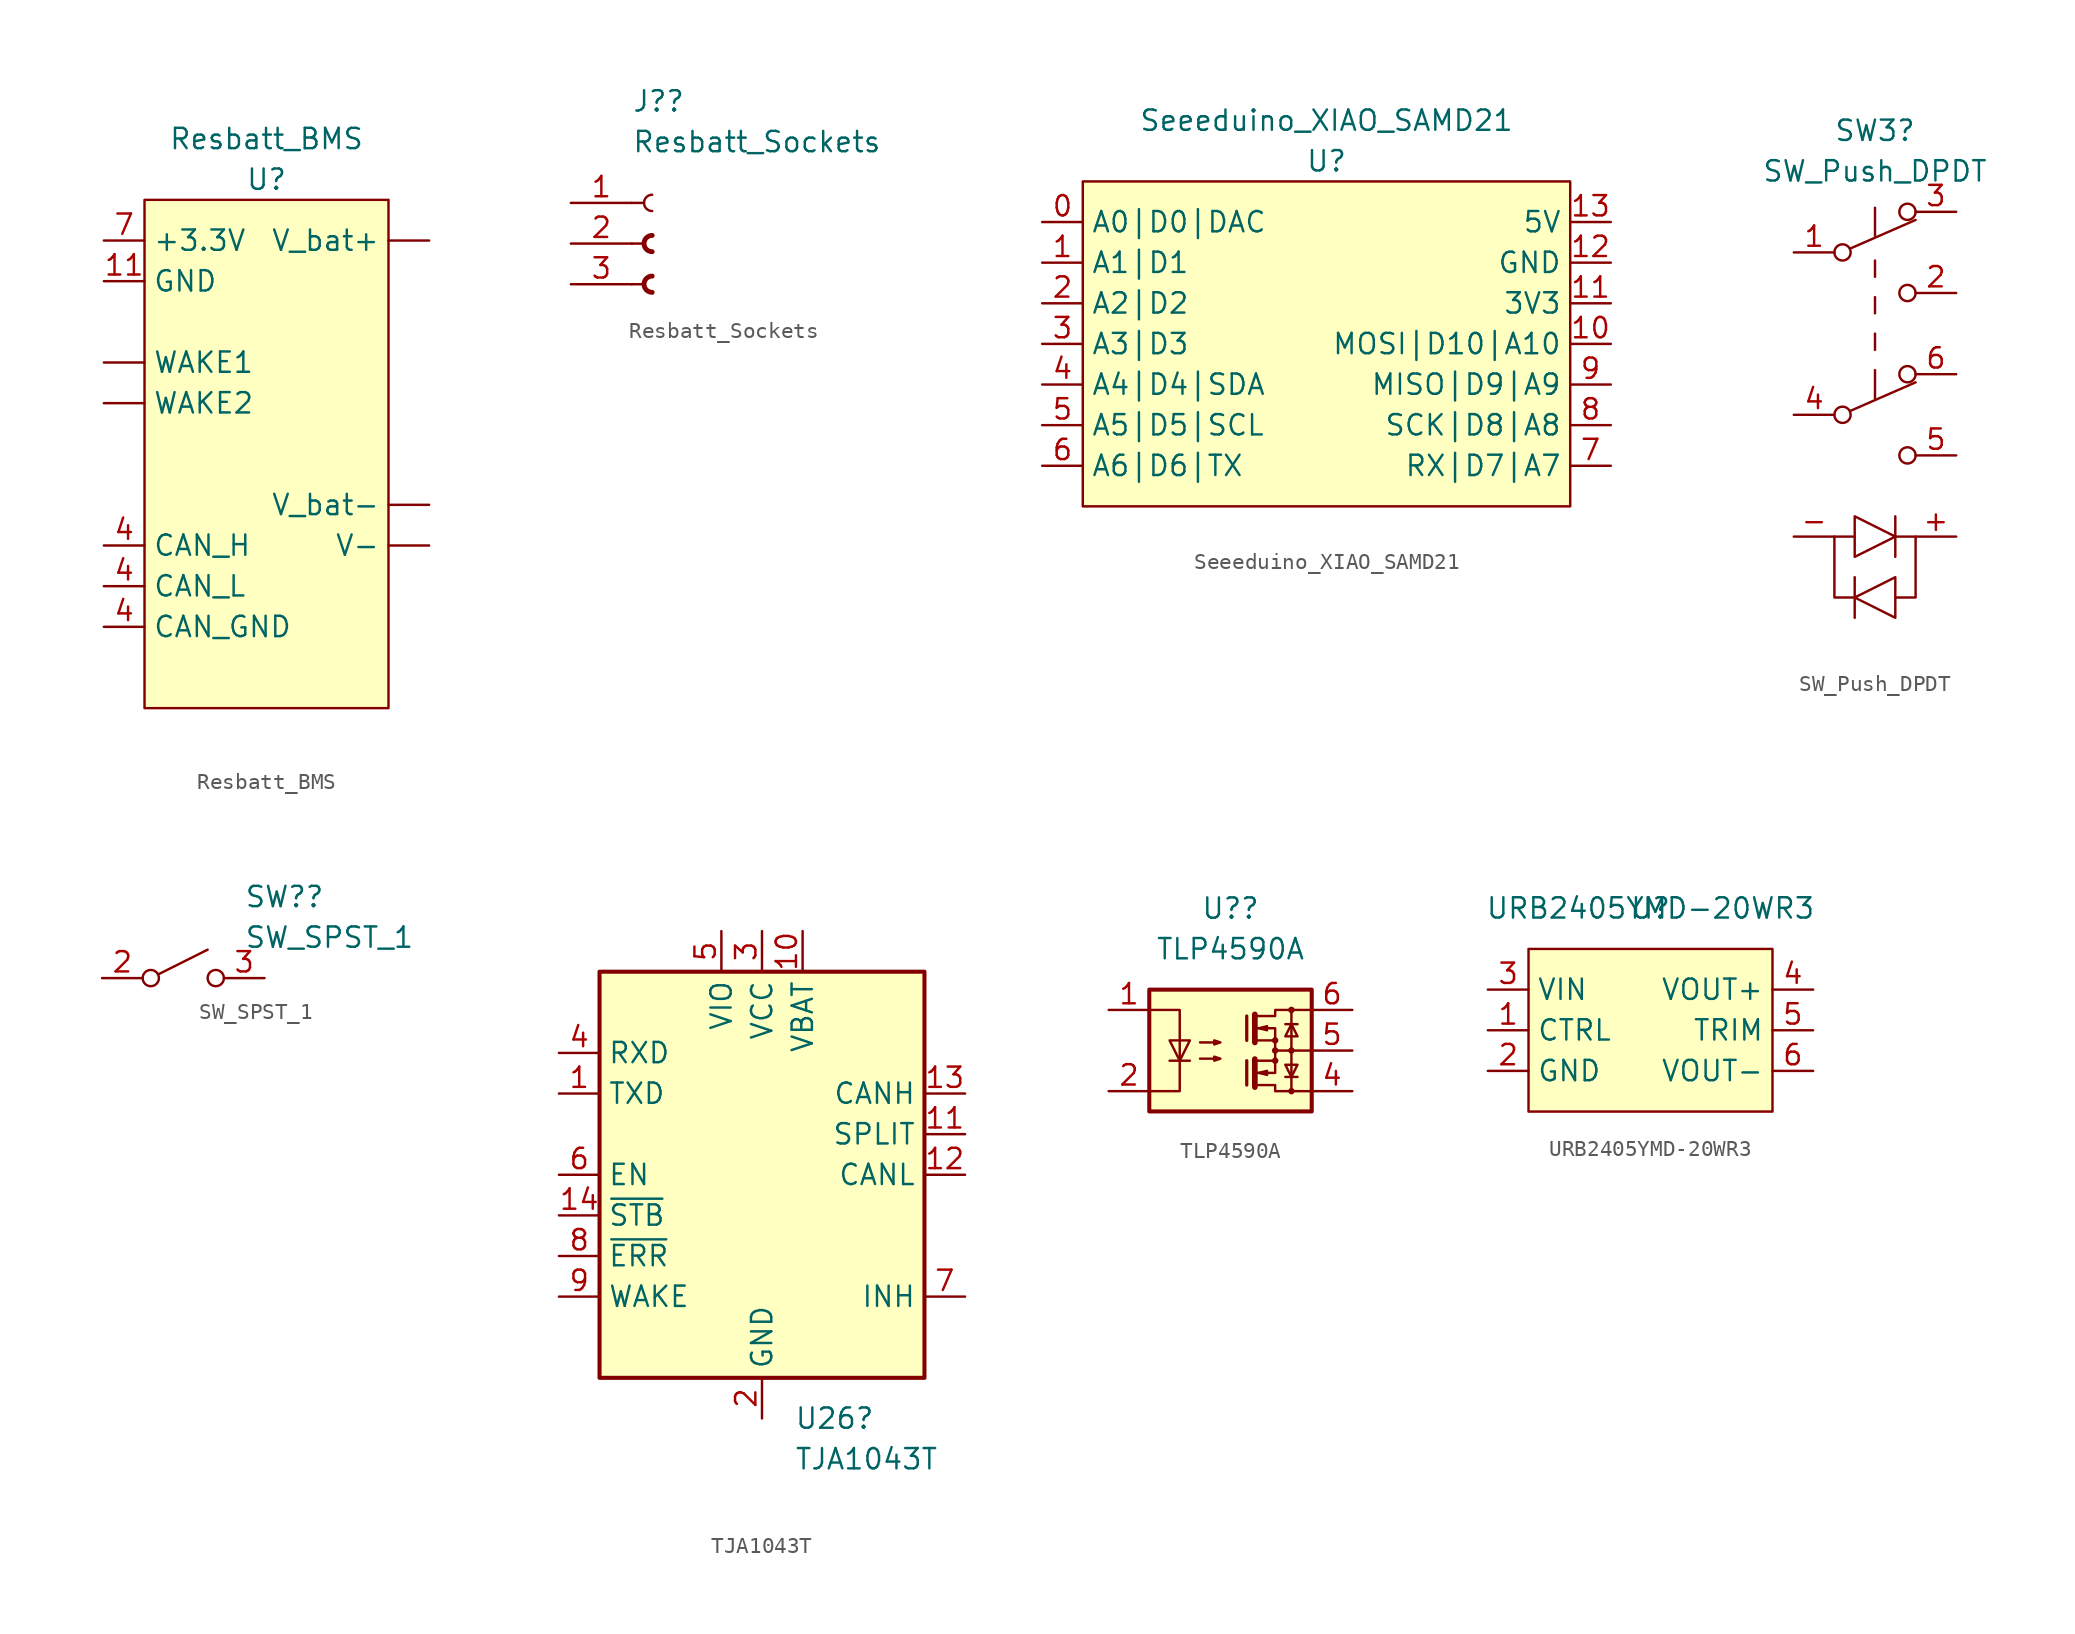
<source format=kicad_sym>
(kicad_symbol_lib
  (version 20211014)
  (generator kicad_symbol_editor)
  (symbol "Resbatt_BMS"
    (property "Reference" "U"
      (at 0 2.54 0)
      (effects (font (size 1.27 1.27))))
    (property "Value" "Resbatt_BMS"
      (at 0 5.08 0)
      (effects (font (size 1.27 1.27))))
    (symbol "Resbatt_BMS_0_1"
      (rectangle (start -7.62 1.27) (end 7.62 -30.48) (stroke (width 0) (type default) (color 0 0 0 0)) (fill (type background))))
    (symbol "Resbatt_BMS_1_1"
      (pin passive line (at 10.16 -20.32 180) (length 2.54) (name "V-" (effects (font (size 1.27 1.27)))) (number "" (effects (font (size 1.27 1.27)))))
      (pin passive line (at 10.16 -1.27 180) (length 2.54) (name "V_bat+" (effects (font (size 1.27 1.27)))) (number "" (effects (font (size 1.27 1.27)))))
      (pin passive line (at 10.16 -17.78 180) (length 2.54) (name "V_bat-" (effects (font (size 1.27 1.27)))) (number "" (effects (font (size 1.27 1.27)))))
      (pin passive line (at -10.16 -8.89 0) (length 2.54) (name "WAKE1" (effects (font (size 1.27 1.27)))) (number "" (effects (font (size 1.27 1.27)))))
      (pin passive line (at -10.16 -11.43 0) (length 2.54) (name "WAKE2" (effects (font (size 1.27 1.27)))) (number "" (effects (font (size 1.27 1.27)))))
      (pin passive line (at -10.16 -3.81 0) (length 2.54) (name "GND" (effects (font (size 1.27 1.27)))) (number "11" (effects (font (size 1.27 1.27)))))
      (pin passive line (at -10.16 -25.4 0) (length 2.54) (name "CAN_GND" (effects (font (size 1.27 1.27)))) (number "4" (effects (font (size 1.27 1.27)))))
      (pin passive line (at -10.16 -20.32 0) (length 2.54) (name "CAN_H" (effects (font (size 1.27 1.27)))) (number "4" (effects (font (size 1.27 1.27)))))
      (pin passive line (at -10.16 -22.86 0) (length 2.54) (name "CAN_L" (effects (font (size 1.27 1.27)))) (number "4" (effects (font (size 1.27 1.27)))))
      (pin passive line (at -10.16 -1.27 0) (length 2.54) (name "+3.3V" (effects (font (size 1.27 1.27)))) (number "7" (effects (font (size 1.27 1.27)))))))
  (symbol "Resbatt_Sockets"
    (pin_names
      (offset 1.016) hide)
    (property "Reference" "J?"
      (at -1.27 8.89 0)
      (effects (font (size 1.27 1.27)) (justify left)))
    (property "Value" "Resbatt_Sockets"
      (at -1.27 6.35 0)
      (effects (font (size 1.27 1.27)) (justify left)))
    (symbol "Resbatt_Sockets_1_1"
      (arc (start 0 -2.032) (mid -0.508 -2.54) (end 0 -3.048) (stroke (width 0.3048) (type default) (color 0 0 0 0)) (fill (type none)))
      (polyline (pts (xy -1.27 -2.54) (xy -0.508 -2.54)) (stroke (width 0.152) (type default) (color 0 0 0 0)) (fill (type none)))
      (polyline (pts (xy -1.27 0) (xy -0.508 0)) (stroke (width 0.152) (type default) (color 0 0 0 0)) (fill (type none)))
      (polyline (pts (xy -1.27 2.54) (xy -0.508 2.54)) (stroke (width 0.152) (type default) (color 0 0 0 0)) (fill (type none)))
      (arc (start 0 0.508) (mid -0.508 0) (end 0 -0.508) (stroke (width 0.3048) (type default) (color 0 0 0 0)) (fill (type none)))
      (arc (start 0 3.048) (mid -0.508 2.54) (end 0 2.032) (stroke (width 0.1524) (type default) (color 0 0 0 0)) (fill (type none)))
      (pin passive line (at -5.08 2.54 0) (length 3.81) (name "Pin_1" (effects (font (size 1.27 1.27)))) (number "1" (effects (font (size 1.27 1.27)))))
      (pin passive line (at -5.08 0 0) (length 3.81) (name "Pin_2" (effects (font (size 1.27 1.27)))) (number "2" (effects (font (size 1.27 1.27)))))
      (pin passive line (at -5.08 -2.54 0) (length 3.81) (name "Pin_3" (effects (font (size 1.27 1.27)))) (number "3" (effects (font (size 1.27 1.27)))))))
  (symbol "Seeeduino_XIAO_SAMD21"
    (property "Reference" "U"
      (at 0 5.08 0)
      (effects (font (size 1.27 1.27))))
    (property "Value" "Seeeduino_XIAO_SAMD21"
      (at 0 7.62 0)
      (effects (font (size 1.27 1.27))))
    (symbol "Seeeduino_XIAO_SAMD21_0_1"
      (rectangle (start -15.24 3.81) (end 15.24 -16.51) (stroke (width 0) (type default) (color 0 0 0 0)) (fill (type background))))
    (symbol "Seeeduino_XIAO_SAMD21_1_1"
      (pin passive line (at -17.78 1.27 0) (length 2.54) (name "A0|D0|DAC" (effects (font (size 1.27 1.27)))) (number "0" (effects (font (size 1.27 1.27)))))
      (pin passive line (at -17.78 -1.27 0) (length 2.54) (name "A1|D1" (effects (font (size 1.27 1.27)))) (number "1" (effects (font (size 1.27 1.27)))))
      (pin passive line (at 17.78 -6.35 180) (length 2.54) (name "MOSI|D10|A10" (effects (font (size 1.27 1.27)))) (number "10" (effects (font (size 1.27 1.27)))))
      (pin passive line (at 17.78 -3.81 180) (length 2.54) (name "3V3" (effects (font (size 1.27 1.27)))) (number "11" (effects (font (size 1.27 1.27)))))
      (pin passive line (at 17.78 -1.27 180) (length 2.54) (name "GND" (effects (font (size 1.27 1.27)))) (number "12" (effects (font (size 1.27 1.27)))))
      (pin passive line (at 17.78 1.27 180) (length 2.54) (name "5V" (effects (font (size 1.27 1.27)))) (number "13" (effects (font (size 1.27 1.27)))))
      (pin passive line (at -17.78 -3.81 0) (length 2.54) (name "A2|D2" (effects (font (size 1.27 1.27)))) (number "2" (effects (font (size 1.27 1.27)))))
      (pin passive line (at -17.78 -6.35 0) (length 2.54) (name "A3|D3" (effects (font (size 1.27 1.27)))) (number "3" (effects (font (size 1.27 1.27)))))
      (pin passive line (at -17.78 -8.89 0) (length 2.54) (name "A4|D4|SDA" (effects (font (size 1.27 1.27)))) (number "4" (effects (font (size 1.27 1.27)))))
      (pin passive line (at -17.78 -11.43 0) (length 2.54) (name "A5|D5|SCL" (effects (font (size 1.27 1.27)))) (number "5" (effects (font (size 1.27 1.27)))))
      (pin passive line (at -17.78 -13.97 0) (length 2.54) (name "A6|D6|TX" (effects (font (size 1.27 1.27)))) (number "6" (effects (font (size 1.27 1.27)))))
      (pin passive line (at 17.78 -13.97 180) (length 2.54) (name "RX|D7|A7" (effects (font (size 1.27 1.27)))) (number "7" (effects (font (size 1.27 1.27)))))
      (pin passive line (at 17.78 -11.43 180) (length 2.54) (name "SCK|D8|A8" (effects (font (size 1.27 1.27)))) (number "8" (effects (font (size 1.27 1.27)))))
      (pin passive line (at 17.78 -8.89 180) (length 2.54) (name "MISO|D9|A9" (effects (font (size 1.27 1.27)))) (number "9" (effects (font (size 1.27 1.27)))))))
  (symbol "SW_Push_DPDT"
    (pin_names
      (offset 0) hide)
    (property "Reference" "SW3"
      (at 0 12.7 0)
      (effects (font (size 1.27 1.27))))
    (property "Value" "SW_Push_DPDT"
      (at 0 10.16 0)
      (effects (font (size 1.27 1.27))))
    (symbol "SW_Push_DPDT_0_0"
      (circle (center -2.032 -5.08) (radius 0.508) (stroke (width 0) (type default) (color 0 0 0 0)) (fill (type none)))
      (circle (center -2.032 5.08) (radius 0.508) (stroke (width 0) (type default) (color 0 0 0 0)) (fill (type none)))
      (circle (center 2.032 -7.62) (radius 0.508) (stroke (width 0) (type default) (color 0 0 0 0)) (fill (type none)))
      (circle (center 2.032 2.54) (radius 0.508) (stroke (width 0) (type default) (color 0 0 0 0)) (fill (type none))))
    (symbol "SW_Push_DPDT_0_1"
      (polyline (pts (xy -1.524 -4.826) (xy 2.54 -3.048)) (stroke (width 0) (type default) (color 0 0 0 0)) (fill (type none)))
      (polyline (pts (xy -1.524 5.334) (xy 2.54 7.112)) (stroke (width 0) (type default) (color 0 0 0 0)) (fill (type none)))
      (polyline (pts (xy -1.27 -15.24) (xy -1.27 -17.78)) (stroke (width 0) (type default) (color 0 0 0 0)) (fill (type none)))
      (polyline (pts (xy 0 -2.286) (xy 0 -4.064)) (stroke (width 0) (type default) (color 0 0 0 0)) (fill (type none)))
      (polyline (pts (xy 0 -1.016) (xy 0 0)) (stroke (width 0) (type default) (color 0 0 0 0)) (fill (type none)))
      (polyline (pts (xy 0 1.27) (xy 0 2.286)) (stroke (width 0) (type default) (color 0 0 0 0)) (fill (type none)))
      (polyline (pts (xy 0 3.556) (xy 0 4.572)) (stroke (width 0) (type default) (color 0 0 0 0)) (fill (type none)))
      (polyline (pts (xy 0 7.874) (xy 0 6.096)) (stroke (width 0) (type default) (color 0 0 0 0)) (fill (type none)))
      (polyline (pts (xy 1.27 -11.43) (xy 1.27 -13.97)) (stroke (width 0) (type default) (color 0 0 0 0)) (fill (type none)))
      (polyline (pts (xy -1.27 -16.51) (xy 1.27 -15.24) (xy 1.27 -17.78) (xy -1.27 -16.51)) (stroke (width 0) (type default) (color 0 0 0 0)) (fill (type none)))
      (polyline (pts (xy -1.27 -12.7) (xy -2.54 -12.7) (xy -2.54 -16.51) (xy -1.27 -16.51)) (stroke (width 0) (type default) (color 0 0 0 0)) (fill (type none)))
      (polyline (pts (xy -1.27 -11.43) (xy -1.27 -13.97) (xy 1.27 -12.7) (xy -1.27 -11.43)) (stroke (width 0) (type default) (color 0 0 0 0)) (fill (type none)))
      (polyline (pts (xy 1.27 -12.7) (xy 2.54 -12.7) (xy 2.54 -16.51) (xy 1.27 -16.51)) (stroke (width 0) (type default) (color 0 0 0 0)) (fill (type none)))
      (circle (center 2.032 -2.54) (radius 0.508) (stroke (width 0) (type default) (color 0 0 0 0)) (fill (type none)))
      (circle (center 2.032 7.62) (radius 0.508) (stroke (width 0) (type default) (color 0 0 0 0)) (fill (type none))))
    (symbol "SW_Push_DPDT_1_1"
      (pin passive line (at 5.08 -12.7 180) (length 2.54) (name "C" (effects (font (size 1.27 1.27)))) (number "+" (effects (font (size 1.27 1.27)))))
      (pin passive line (at -5.08 -12.7 0) (length 2.54) (name "C" (effects (font (size 1.27 1.27)))) (number "-" (effects (font (size 1.27 1.27)))))
      (pin passive line (at -5.08 5.08 0) (length 2.54) (name "B" (effects (font (size 1.27 1.27)))) (number "1" (effects (font (size 1.27 1.27)))))
      (pin passive line (at 5.08 2.54 180) (length 2.54) (name "C" (effects (font (size 1.27 1.27)))) (number "2" (effects (font (size 1.27 1.27)))))
      (pin passive line (at 5.08 7.62 180) (length 2.54) (name "A" (effects (font (size 1.27 1.27)))) (number "3" (effects (font (size 1.27 1.27)))))
      (pin passive line (at -5.08 -5.08 0) (length 2.54) (name "B" (effects (font (size 1.27 1.27)))) (number "4" (effects (font (size 1.27 1.27)))))
      (pin passive line (at 5.08 -7.62 180) (length 2.54) (name "C" (effects (font (size 1.27 1.27)))) (number "5" (effects (font (size 1.27 1.27)))))
      (pin passive line (at 5.08 -2.54 180) (length 2.54) (name "A" (effects (font (size 1.27 1.27)))) (number "6" (effects (font (size 1.27 1.27)))))))
  (symbol "SW_SPST_1"
    (pin_names
      (offset 0) hide)
    (property "Reference" "SW?"
      (at 3.81 5.08 0)
      (effects (font (size 1.27 1.27)) (justify left)))
    (property "Value" "SW_SPST_1"
      (at 3.81 2.54 0)
      (effects (font (size 1.27 1.27)) (justify left)))
    (symbol "SW_SPST_1_0_0"
      (circle (center -2.032 0) (radius 0.508) (stroke (width 0) (type default) (color 0 0 0 0)) (fill (type none)))
      (polyline (pts (xy -1.524 0.254) (xy 1.524 1.778)) (stroke (width 0) (type default) (color 0 0 0 0)) (fill (type none)))
      (circle (center 2.032 0) (radius 0.508) (stroke (width 0) (type default) (color 0 0 0 0)) (fill (type none))))
    (symbol "SW_SPST_1_1_1"
      (pin passive line (at -5.08 0 0) (length 2.54) (name "A" (effects (font (size 1.27 1.27)))) (number "2" (effects (font (size 1.27 1.27)))))
      (pin passive line (at 5.08 0 180) (length 2.54) (name "B" (effects (font (size 1.27 1.27)))) (number "3" (effects (font (size 1.27 1.27)))))))
  (symbol "TJA1043T"
    (property "Reference" "U26"
      (at 2.019 -15.24 0)
      (effects (font (size 1.27 1.27)) (justify left)))
    (property "Value" "TJA1043T"
      (at 2.019 -17.78 0)
      (effects (font (size 1.27 1.27)) (justify left)))
    (symbol "TJA1043T_0_1"
      (rectangle (start -10.16 12.7) (end 10.16 -12.7) (stroke (width 0.254) (type default) (color 0 0 0 0)) (fill (type background))))
    (symbol "TJA1043T_1_1"
      (pin input line (at -12.7 5.08 0) (length 2.54) (name "TXD" (effects (font (size 1.27 1.27)))) (number "1" (effects (font (size 1.27 1.27)))))
      (pin passive line (at 2.54 15.24 270) (length 2.54) (name "VBAT" (effects (font (size 1.27 1.27)))) (number "10" (effects (font (size 1.27 1.27)))))
      (pin output line (at 12.7 2.54 180) (length 2.54) (name "SPLIT" (effects (font (size 1.27 1.27)))) (number "11" (effects (font (size 1.27 1.27)))))
      (pin bidirectional line (at 12.7 0 180) (length 2.54) (name "CANL" (effects (font (size 1.27 1.27)))) (number "12" (effects (font (size 1.27 1.27)))))
      (pin bidirectional line (at 12.7 5.08 180) (length 2.54) (name "CANH" (effects (font (size 1.27 1.27)))) (number "13" (effects (font (size 1.27 1.27)))))
      (pin input line (at -12.7 -2.54 0) (length 2.54) (name "~{STB}" (effects (font (size 1.27 1.27)))) (number "14" (effects (font (size 1.27 1.27)))))
      (pin passive line (at 0 -15.24 90) (length 2.54) (name "GND" (effects (font (size 1.27 1.27)))) (number "2" (effects (font (size 1.27 1.27)))))
      (pin passive line (at 0 15.24 270) (length 2.54) (name "VCC" (effects (font (size 1.27 1.27)))) (number "3" (effects (font (size 1.27 1.27)))))
      (pin output line (at -12.7 7.62 0) (length 2.54) (name "RXD" (effects (font (size 1.27 1.27)))) (number "4" (effects (font (size 1.27 1.27)))))
      (pin passive line (at -2.54 15.24 270) (length 2.54) (name "VIO" (effects (font (size 1.27 1.27)))) (number "5" (effects (font (size 1.27 1.27)))))
      (pin input line (at -12.7 0 0) (length 2.54) (name "EN" (effects (font (size 1.27 1.27)))) (number "6" (effects (font (size 1.27 1.27)))))
      (pin open_emitter line (at 12.7 -7.62 180) (length 2.54) (name "INH" (effects (font (size 1.27 1.27)))) (number "7" (effects (font (size 1.27 1.27)))))
      (pin output line (at -12.7 -5.08 0) (length 2.54) (name "~{ERR}" (effects (font (size 1.27 1.27)))) (number "8" (effects (font (size 1.27 1.27)))))
      (pin input line (at -12.7 -7.62 0) (length 2.54) (name "WAKE" (effects (font (size 1.27 1.27)))) (number "9" (effects (font (size 1.27 1.27)))))))
  (symbol "TLP4590A"
    (property "Reference" "U?"
      (at 0 8.89 0)
      (effects (font (size 1.27 1.27))))
    (property "Value" "TLP4590A"
      (at 0 6.35 0)
      (effects (font (size 1.27 1.27))))
    (symbol "TLP4590A_0_1"
      (rectangle (start -5.08 3.81) (end 5.08 -3.81) (stroke (width 0.254) (type default) (color 0 0 0 0)) (fill (type background)))
      (polyline (pts (xy -3.81 -0.635) (xy -2.54 -0.635)) (stroke (width 0) (type default) (color 0 0 0 0)) (fill (type none)))
      (polyline (pts (xy 1.016 -0.635) (xy 1.016 -2.159)) (stroke (width 0.203) (type default) (color 0 0 0 0)) (fill (type none)))
      (polyline (pts (xy 1.016 2.159) (xy 1.016 0.635)) (stroke (width 0.203) (type default) (color 0 0 0 0)) (fill (type none)))
      (polyline (pts (xy 2.794 0) (xy 5.08 0)) (stroke (width 0) (type default) (color 0 0 0 0)) (fill (type none)))
      (polyline (pts (xy 3.429 -1.651) (xy 4.191 -1.651)) (stroke (width 0) (type default) (color 0 0 0 0)) (fill (type none)))
      (polyline (pts (xy 3.429 1.651) (xy 4.191 1.651)) (stroke (width 0) (type default) (color 0 0 0 0)) (fill (type none)))
      (polyline (pts (xy 3.81 -2.54) (xy 3.81 2.54)) (stroke (width 0) (type default) (color 0 0 0 0)) (fill (type none)))
      (polyline (pts (xy 1.521 -0.536) (xy 1.524 -2.286) (xy 1.524 -2.286)) (stroke (width 0.356) (type default) (color 0 0 0 0)) (fill (type none)))
      (polyline (pts (xy 1.521 2.259) (xy 1.524 0.508) (xy 1.524 0.508)) (stroke (width 0.356) (type default) (color 0 0 0 0)) (fill (type none)))
      (polyline (pts (xy 1.651 -1.397) (xy 2.794 -1.397) (xy 2.794 -0.635)) (stroke (width 0) (type default) (color 0 0 0 0)) (fill (type none)))
      (polyline (pts (xy 1.651 1.397) (xy 2.794 1.397) (xy 2.794 0.635)) (stroke (width 0) (type default) (color 0 0 0 0)) (fill (type none)))
      (polyline (pts (xy -5.08 2.54) (xy -3.175 2.54) (xy -3.175 -2.54) (xy -5.08 -2.54)) (stroke (width 0) (type default) (color 0 0 0 0)) (fill (type none)))
      (polyline (pts (xy -3.175 -0.635) (xy -3.81 0.635) (xy -2.54 0.635) (xy -3.175 -0.635)) (stroke (width 0) (type default) (color 0 0 0 0)) (fill (type none)))
      (polyline (pts (xy 1.651 -2.159) (xy 2.794 -2.159) (xy 2.794 -2.54) (xy 5.08 -2.54)) (stroke (width 0) (type default) (color 0 0 0 0)) (fill (type none)))
      (polyline (pts (xy 1.651 -0.635) (xy 2.794 -0.635) (xy 2.794 0.635) (xy 1.651 0.635)) (stroke (width 0) (type default) (color 0 0 0 0)) (fill (type none)))
      (polyline (pts (xy 1.651 2.159) (xy 2.794 2.159) (xy 2.794 2.54) (xy 5.08 2.54)) (stroke (width 0) (type default) (color 0 0 0 0)) (fill (type none)))
      (polyline (pts (xy 1.778 -1.397) (xy 2.286 -1.27) (xy 2.286 -1.524) (xy 1.778 -1.397)) (stroke (width 0) (type default) (color 0 0 0 0)) (fill (type none)))
      (polyline (pts (xy 1.778 1.397) (xy 2.286 1.524) (xy 2.286 1.27) (xy 1.778 1.397)) (stroke (width 0) (type default) (color 0 0 0 0)) (fill (type none)))
      (polyline (pts (xy 3.81 -1.651) (xy 3.429 -0.889) (xy 4.191 -0.889) (xy 3.81 -1.651)) (stroke (width 0) (type default) (color 0 0 0 0)) (fill (type none)))
      (polyline (pts (xy 3.81 1.651) (xy 3.429 0.889) (xy 4.191 0.889) (xy 3.81 1.651)) (stroke (width 0) (type default) (color 0 0 0 0)) (fill (type none)))
      (polyline (pts (xy -1.905 -0.508) (xy -0.635 -0.508) (xy -1.016 -0.635) (xy -1.016 -0.381) (xy -0.635 -0.508)) (stroke (width 0) (type default) (color 0 0 0 0)) (fill (type none)))
      (polyline (pts (xy -1.905 0.508) (xy -0.635 0.508) (xy -1.016 0.381) (xy -1.016 0.635) (xy -0.635 0.508)) (stroke (width 0) (type default) (color 0 0 0 0)) (fill (type none)))
      (circle (center 2.794 -0.635) (radius 0.127) (stroke (width 0) (type default) (color 0 0 0 0)) (fill (type none)))
      (circle (center 2.794 0) (radius 0.127) (stroke (width 0) (type default) (color 0 0 0 0)) (fill (type none)))
      (circle (center 2.794 0.635) (radius 0.127) (stroke (width 0) (type default) (color 0 0 0 0)) (fill (type none)))
      (circle (center 3.81 -2.54) (radius 0.127) (stroke (width 0) (type default) (color 0 0 0 0)) (fill (type none)))
      (circle (center 3.81 0) (radius 0.127) (stroke (width 0) (type default) (color 0 0 0 0)) (fill (type none)))
      (circle (center 3.81 2.54) (radius 0.127) (stroke (width 0) (type default) (color 0 0 0 0)) (fill (type none))))
    (symbol "TLP4590A_1_1"
      (pin passive line (at -7.62 2.54 0) (length 2.54) (name "~" (effects (font (size 1.27 1.27)))) (number "1" (effects (font (size 1.27 1.27)))))
      (pin passive line (at -7.62 -2.54 0) (length 2.54) (name "~" (effects (font (size 1.27 1.27)))) (number "2" (effects (font (size 1.27 1.27)))))
      (pin no_connect line (at -5.08 0 0) (length 2.54) hide (name "~" (effects (font (size 1.27 1.27)))) (number "3" (effects (font (size 1.27 1.27)))))
      (pin passive line (at 7.62 -2.54 180) (length 2.54) (name "~" (effects (font (size 1.27 1.27)))) (number "4" (effects (font (size 1.27 1.27)))))
      (pin passive line (at 7.62 0 180) (length 2.54) (name "~" (effects (font (size 1.27 1.27)))) (number "5" (effects (font (size 1.27 1.27)))))
      (pin passive line (at 7.62 2.54 180) (length 2.54) (name "~" (effects (font (size 1.27 1.27)))) (number "6" (effects (font (size 1.27 1.27)))))))
  (symbol "URB2405YMD-20WR3"
    (property "Reference" "U"
      (at 0 0 0)
      (effects (font (size 1.27 1.27))))
    (property "Value" "URB2405YMD-20WR3"
      (at 0 0 0)
      (effects (font (size 1.27 1.27))))
    (symbol "URB2405YMD-20WR3_0_1"
      (rectangle (start -7.62 -2.54) (end 7.62 -12.7) (stroke (width 0) (type default) (color 0 0 0 0)) (fill (type background))))
    (symbol "URB2405YMD-20WR3_1_1"
      (pin passive line (at -10.16 -7.62 0) (length 2.54) (name "CTRL" (effects (font (size 1.27 1.27)))) (number "1" (effects (font (size 1.27 1.27)))))
      (pin passive line (at -10.16 -10.16 0) (length 2.54) (name "GND" (effects (font (size 1.27 1.27)))) (number "2" (effects (font (size 1.27 1.27)))))
      (pin passive line (at -10.16 -5.08 0) (length 2.54) (name "VIN" (effects (font (size 1.27 1.27)))) (number "3" (effects (font (size 1.27 1.27)))))
      (pin power_out line (at 10.16 -5.08 180) (length 2.54) (name "VOUT+" (effects (font (size 1.27 1.27)))) (number "4" (effects (font (size 1.27 1.27)))))
      (pin passive line (at 10.16 -7.62 180) (length 2.54) (name "TRIM" (effects (font (size 1.27 1.27)))) (number "5" (effects (font (size 1.27 1.27)))))
      (pin passive line (at 10.16 -10.16 180) (length 2.54) (name "VOUT-" (effects (font (size 1.27 1.27)))) (number "6" (effects (font (size 1.27 1.27))))))))
</source>
